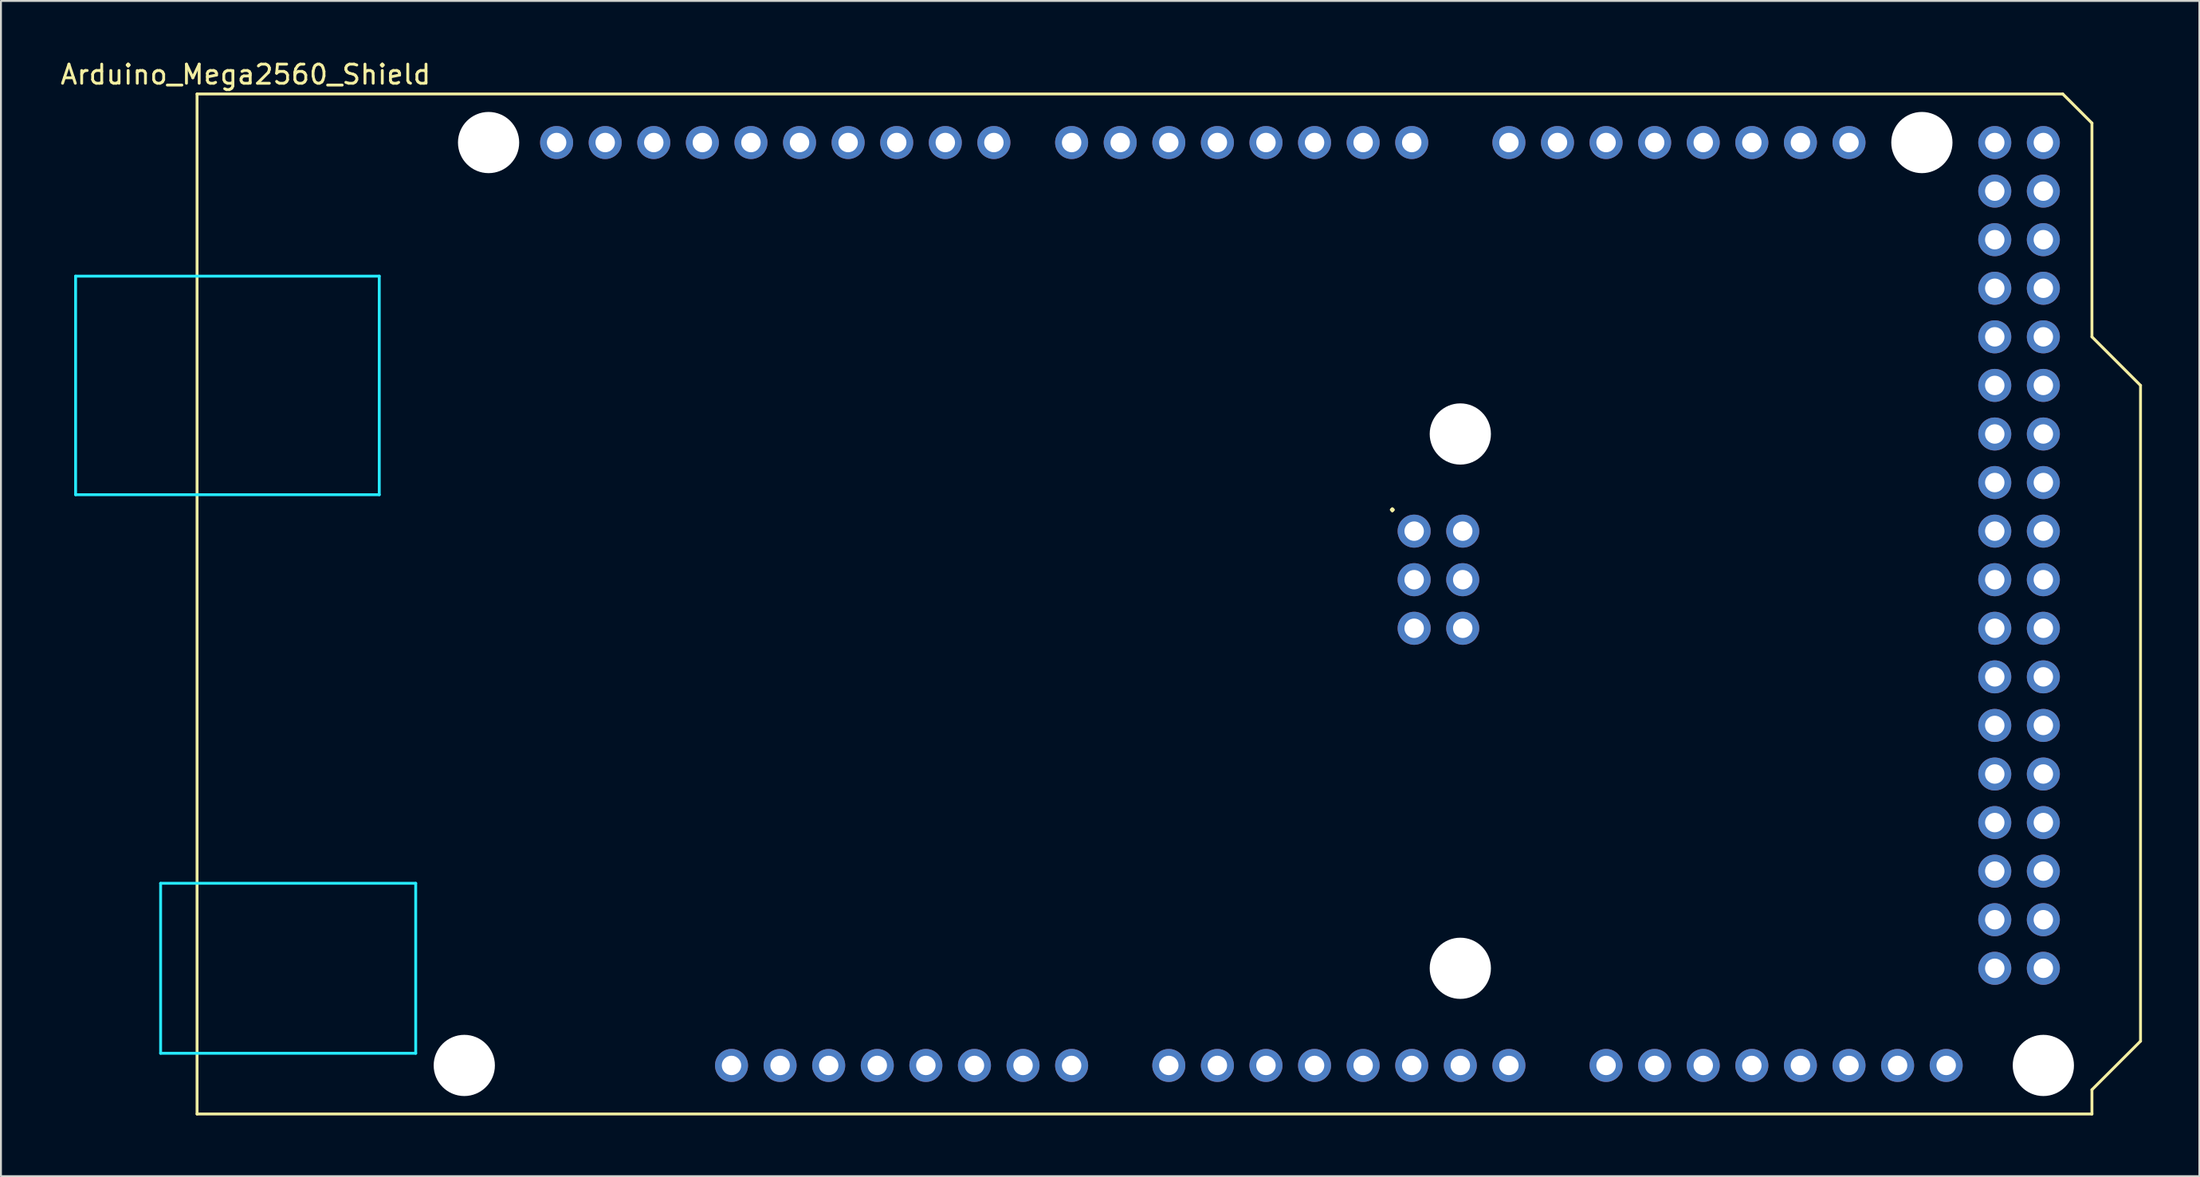
<source format=kicad_pcb>
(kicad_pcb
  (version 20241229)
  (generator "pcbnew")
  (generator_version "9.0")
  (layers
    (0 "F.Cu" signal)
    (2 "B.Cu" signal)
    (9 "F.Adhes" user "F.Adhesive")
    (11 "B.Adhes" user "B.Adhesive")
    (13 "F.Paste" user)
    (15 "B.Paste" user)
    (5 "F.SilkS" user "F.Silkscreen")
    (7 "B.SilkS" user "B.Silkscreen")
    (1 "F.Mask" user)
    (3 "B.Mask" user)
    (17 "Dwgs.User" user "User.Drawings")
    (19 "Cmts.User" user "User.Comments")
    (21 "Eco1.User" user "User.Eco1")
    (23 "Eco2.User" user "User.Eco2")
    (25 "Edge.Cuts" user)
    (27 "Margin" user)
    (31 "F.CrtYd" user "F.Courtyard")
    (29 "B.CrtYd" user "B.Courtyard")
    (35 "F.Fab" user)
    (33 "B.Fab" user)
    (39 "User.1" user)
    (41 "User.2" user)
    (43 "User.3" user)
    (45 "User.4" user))
  (footprint "Arduino_Mega2560_Shield"
    (layer "F.Cu")
    (at 7.252 55.204)
    (property "Reference" "Arduino_Mega2560_Shield" (at 2.54 -54.356 0) (layer "F.SilkS") (effects (font (size 1 1) (thickness 0.15))))
    (attr through_hole)
    (fp_line (start 0 -53.34) (end 0 0) (stroke (width 0.15) (type solid)) (layer "F.SilkS"))
    (fp_line (start 0 -53.34) (end 97.536 -53.34) (stroke (width 0.15) (type solid)) (layer "F.SilkS"))
    (fp_line (start 0 0) (end 99.06 0) (stroke (width 0.15) (type solid)) (layer "F.SilkS"))
    (fp_line (start 97.536 -53.34) (end 99.06 -51.816) (stroke (width 0.15) (type solid)) (layer "F.SilkS"))
    (fp_line (start 99.06 -40.64) (end 99.06 -51.816) (stroke (width 0.15) (type solid)) (layer "F.SilkS"))
    (fp_line (start 99.06 -1.27) (end 101.6 -3.81) (stroke (width 0.15) (type solid)) (layer "F.SilkS"))
    (fp_line (start 99.06 0) (end 99.06 -1.27) (stroke (width 0.15) (type solid)) (layer "F.SilkS"))
    (fp_line (start 101.6 -38.1) (end 99.06 -40.64) (stroke (width 0.15) (type solid)) (layer "F.SilkS"))
    (fp_line (start 101.6 -3.81) (end 101.6 -38.1) (stroke (width 0.15) (type solid)) (layer "F.SilkS"))
    (fp_line (start -6.35 -43.815) (end -6.35 -32.385) (stroke (width 0.15) (type solid)) (layer "B.CrtYd"))
    (fp_line (start -1.905 -12.065) (end -1.905 -3.175) (stroke (width 0.15) (type solid)) (layer "B.CrtYd"))
    (fp_line (start -1.905 -12.065) (end 11.43 -12.065) (stroke (width 0.15) (type solid)) (layer "B.CrtYd"))
    (fp_line (start -1.905 -3.175) (end 11.43 -3.175) (stroke (width 0.15) (type solid)) (layer "B.CrtYd"))
    (fp_line (start 9.525 -43.815) (end -6.35 -43.815) (stroke (width 0.15) (type solid)) (layer "B.CrtYd"))
    (fp_line (start 9.525 -43.815) (end 9.525 -32.385) (stroke (width 0.15) (type solid)) (layer "B.CrtYd"))
    (fp_line (start 9.525 -32.385) (end -6.35 -32.385) (stroke (width 0.15) (type solid)) (layer "B.CrtYd"))
    (fp_line (start 11.43 -12.065) (end 11.43 -3.175) (stroke (width 0.15) (type solid)) (layer "B.CrtYd"))
    (fp_text user "." (at 62.484 -32.004 0) (layer "F.SilkS") (effects (font (size 1 1) (thickness 0.15))))
    (pad "" np_thru_hole circle (at 13.97 -2.54) (size 3.2 3.2) (drill 3.2) (layers "*.Cu" "*.Mask"))
    (pad "" np_thru_hole circle (at 15.24 -50.8) (size 3.2 3.2) (drill 3.2) (layers "*.Cu" "*.Mask"))
    (pad "" thru_hole oval (at 27.94 -2.54) (size 1.727 1.727) (drill 1.016) (layers "*.Cu" "*.Mask"))
    (pad "" np_thru_hole circle (at 66.04 -35.56) (size 3.2 3.2) (drill 3.2) (layers "*.Cu" "*.Mask"))
    (pad "" np_thru_hole circle (at 66.04 -7.62) (size 3.2 3.2) (drill 3.2) (layers "*.Cu" "*.Mask"))
    (pad "" np_thru_hole circle (at 90.17 -50.8) (size 3.2 3.2) (drill 3.2) (layers "*.Cu" "*.Mask"))
    (pad "" np_thru_hole circle (at 96.52 -2.54) (size 3.2 3.2) (drill 3.2) (layers "*.Cu" "*.Mask"))
    (pad "3V3" thru_hole oval (at 35.56 -2.54) (size 1.727 1.727) (drill 1.016) (layers "*.Cu" "*.Mask"))
    (pad "5V1" thru_hole oval (at 38.1 -2.54) (size 1.727 1.727) (drill 1.016) (layers "*.Cu" "*.Mask"))
    (pad "5V2" thru_hole oval (at 66.167 -30.48) (size 1.727 1.727) (drill 1.016) (layers "*.Cu" "*.Mask"))
    (pad "5V3" thru_hole oval (at 93.98 -50.8) (size 1.727 1.727) (drill 1.016) (layers "*.Cu" "*.Mask"))
    (pad "5V4" thru_hole oval (at 96.52 -50.8) (size 1.727 1.727) (drill 1.016) (layers "*.Cu" "*.Mask"))
    (pad "A0" thru_hole oval (at 50.8 -2.54) (size 1.727 1.727) (drill 1.016) (layers "*.Cu" "*.Mask"))
    (pad "A1" thru_hole oval (at 53.34 -2.54) (size 1.727 1.727) (drill 1.016) (layers "*.Cu" "*.Mask"))
    (pad "A2" thru_hole oval (at 55.88 -2.54) (size 1.727 1.727) (drill 1.016) (layers "*.Cu" "*.Mask"))
    (pad "A3" thru_hole oval (at 58.42 -2.54) (size 1.727 1.727) (drill 1.016) (layers "*.Cu" "*.Mask"))
    (pad "A4" thru_hole oval (at 60.96 -2.54) (size 1.727 1.727) (drill 1.016) (layers "*.Cu" "*.Mask"))
    (pad "A5" thru_hole oval (at 63.5 -2.54) (size 1.727 1.727) (drill 1.016) (layers "*.Cu" "*.Mask"))
    (pad "A6" thru_hole oval (at 66.04 -2.54) (size 1.727 1.727) (drill 1.016) (layers "*.Cu" "*.Mask"))
    (pad "A7" thru_hole oval (at 68.58 -2.54) (size 1.727 1.727) (drill 1.016) (layers "*.Cu" "*.Mask"))
    (pad "A8" thru_hole oval (at 73.66 -2.54) (size 1.727 1.727) (drill 1.016) (layers "*.Cu" "*.Mask"))
    (pad "A9" thru_hole oval (at 76.2 -2.54) (size 1.727 1.727) (drill 1.016) (layers "*.Cu" "*.Mask"))
    (pad "A10" thru_hole oval (at 78.74 -2.54) (size 1.727 1.727) (drill 1.016) (layers "*.Cu" "*.Mask"))
    (pad "A11" thru_hole oval (at 81.28 -2.54) (size 1.727 1.727) (drill 1.016) (layers "*.Cu" "*.Mask"))
    (pad "A12" thru_hole oval (at 83.82 -2.54) (size 1.727 1.727) (drill 1.016) (layers "*.Cu" "*.Mask"))
    (pad "A13" thru_hole oval (at 86.36 -2.54) (size 1.727 1.727) (drill 1.016) (layers "*.Cu" "*.Mask"))
    (pad "A14" thru_hole oval (at 88.9 -2.54) (size 1.727 1.727) (drill 1.016) (layers "*.Cu" "*.Mask"))
    (pad "A15" thru_hole oval (at 91.44 -2.54) (size 1.727 1.727) (drill 1.016) (layers "*.Cu" "*.Mask"))
    (pad "AREF" thru_hole oval (at 23.876 -50.8) (size 1.727 1.727) (drill 1.016) (layers "*.Cu" "*.Mask"))
    (pad "D0" thru_hole oval (at 63.5 -50.8) (size 1.727 1.727) (drill 1.016) (layers "*.Cu" "*.Mask"))
    (pad "D1" thru_hole oval (at 60.96 -50.8) (size 1.727 1.727) (drill 1.016) (layers "*.Cu" "*.Mask"))
    (pad "D2" thru_hole oval (at 58.42 -50.8) (size 1.727 1.727) (drill 1.016) (layers "*.Cu" "*.Mask"))
    (pad "D3" thru_hole oval (at 55.88 -50.8) (size 1.727 1.727) (drill 1.016) (layers "*.Cu" "*.Mask"))
    (pad "D4" thru_hole oval (at 53.34 -50.8) (size 1.727 1.727) (drill 1.016) (layers "*.Cu" "*.Mask"))
    (pad "D5" thru_hole oval (at 50.8 -50.8) (size 1.727 1.727) (drill 1.016) (layers "*.Cu" "*.Mask"))
    (pad "D6" thru_hole oval (at 48.26 -50.8) (size 1.727 1.727) (drill 1.016) (layers "*.Cu" "*.Mask"))
    (pad "D7" thru_hole oval (at 45.72 -50.8) (size 1.727 1.727) (drill 1.016) (layers "*.Cu" "*.Mask"))
    (pad "D8" thru_hole oval (at 41.656 -50.8) (size 1.727 1.727) (drill 1.016) (layers "*.Cu" "*.Mask"))
    (pad "D9" thru_hole oval (at 39.116 -50.8) (size 1.727 1.727) (drill 1.016) (layers "*.Cu" "*.Mask"))
    (pad "D10" thru_hole oval (at 36.576 -50.8) (size 1.727 1.727) (drill 1.016) (layers "*.Cu" "*.Mask"))
    (pad "D11" thru_hole oval (at 34.036 -50.8) (size 1.727 1.727) (drill 1.016) (layers "*.Cu" "*.Mask"))
    (pad "D12" thru_hole oval (at 31.496 -50.8) (size 1.727 1.727) (drill 1.016) (layers "*.Cu" "*.Mask"))
    (pad "D13" thru_hole oval (at 28.956 -50.8) (size 1.727 1.727) (drill 1.016) (layers "*.Cu" "*.Mask"))
    (pad "D14" thru_hole oval (at 68.58 -50.8) (size 1.727 1.727) (drill 1.016) (layers "*.Cu" "*.Mask"))
    (pad "D15" thru_hole oval (at 71.12 -50.8) (size 1.727 1.727) (drill 1.016) (layers "*.Cu" "*.Mask"))
    (pad "D16" thru_hole oval (at 73.66 -50.8) (size 1.727 1.727) (drill 1.016) (layers "*.Cu" "*.Mask"))
    (pad "D17" thru_hole oval (at 76.2 -50.8) (size 1.727 1.727) (drill 1.016) (layers "*.Cu" "*.Mask"))
    (pad "D18" thru_hole oval (at 78.74 -50.8) (size 1.727 1.727) (drill 1.016) (layers "*.Cu" "*.Mask"))
    (pad "D19" thru_hole oval (at 81.28 -50.8) (size 1.727 1.727) (drill 1.016) (layers "*.Cu" "*.Mask"))
    (pad "D20" thru_hole oval (at 83.82 -50.8) (size 1.727 1.727) (drill 1.016) (layers "*.Cu" "*.Mask"))
    (pad "D21" thru_hole oval (at 86.36 -50.8) (size 1.727 1.727) (drill 1.016) (layers "*.Cu" "*.Mask"))
    (pad "D22" thru_hole oval (at 93.98 -48.26) (size 1.727 1.727) (drill 1.016) (layers "*.Cu" "*.Mask"))
    (pad "D23" thru_hole oval (at 96.52 -48.26) (size 1.727 1.727) (drill 1.016) (layers "*.Cu" "*.Mask"))
    (pad "D24" thru_hole oval (at 93.98 -45.72) (size 1.727 1.727) (drill 1.016) (layers "*.Cu" "*.Mask"))
    (pad "D25" thru_hole oval (at 96.52 -45.72) (size 1.727 1.727) (drill 1.016) (layers "*.Cu" "*.Mask"))
    (pad "D26" thru_hole oval (at 93.98 -43.18) (size 1.727 1.727) (drill 1.016) (layers "*.Cu" "*.Mask"))
    (pad "D27" thru_hole oval (at 96.52 -43.18) (size 1.727 1.727) (drill 1.016) (layers "*.Cu" "*.Mask"))
    (pad "D28" thru_hole oval (at 93.98 -40.64) (size 1.727 1.727) (drill 1.016) (layers "*.Cu" "*.Mask"))
    (pad "D29" thru_hole oval (at 96.52 -40.64) (size 1.727 1.727) (drill 1.016) (layers "*.Cu" "*.Mask"))
    (pad "D30" thru_hole oval (at 93.98 -38.1) (size 1.727 1.727) (drill 1.016) (layers "*.Cu" "*.Mask"))
    (pad "D31" thru_hole oval (at 96.52 -38.1) (size 1.727 1.727) (drill 1.016) (layers "*.Cu" "*.Mask"))
    (pad "D32" thru_hole oval (at 93.98 -35.56) (size 1.727 1.727) (drill 1.016) (layers "*.Cu" "*.Mask"))
    (pad "D33" thru_hole oval (at 96.52 -35.56) (size 1.727 1.727) (drill 1.016) (layers "*.Cu" "*.Mask"))
    (pad "D34" thru_hole oval (at 93.98 -33.02) (size 1.727 1.727) (drill 1.016) (layers "*.Cu" "*.Mask"))
    (pad "D35" thru_hole oval (at 96.52 -33.02) (size 1.727 1.727) (drill 1.016) (layers "*.Cu" "*.Mask"))
    (pad "D36" thru_hole oval (at 93.98 -30.48) (size 1.727 1.727) (drill 1.016) (layers "*.Cu" "*.Mask"))
    (pad "D37" thru_hole oval (at 96.52 -30.48) (size 1.727 1.727) (drill 1.016) (layers "*.Cu" "*.Mask"))
    (pad "D38" thru_hole oval (at 93.98 -27.94) (size 1.727 1.727) (drill 1.016) (layers "*.Cu" "*.Mask"))
    (pad "D39" thru_hole oval (at 96.52 -27.94) (size 1.727 1.727) (drill 1.016) (layers "*.Cu" "*.Mask"))
    (pad "D40" thru_hole oval (at 93.98 -25.4) (size 1.727 1.727) (drill 1.016) (layers "*.Cu" "*.Mask"))
    (pad "D41" thru_hole oval (at 96.52 -25.4) (size 1.727 1.727) (drill 1.016) (layers "*.Cu" "*.Mask"))
    (pad "D42" thru_hole oval (at 93.98 -22.86) (size 1.727 1.727) (drill 1.016) (layers "*.Cu" "*.Mask"))
    (pad "D43" thru_hole oval (at 96.52 -22.86) (size 1.727 1.727) (drill 1.016) (layers "*.Cu" "*.Mask"))
    (pad "D44" thru_hole oval (at 93.98 -20.32) (size 1.727 1.727) (drill 1.016) (layers "*.Cu" "*.Mask"))
    (pad "D45" thru_hole oval (at 96.52 -20.32) (size 1.727 1.727) (drill 1.016) (layers "*.Cu" "*.Mask"))
    (pad "D46" thru_hole oval (at 93.98 -17.78) (size 1.727 1.727) (drill 1.016) (layers "*.Cu" "*.Mask"))
    (pad "D47" thru_hole oval (at 96.52 -17.78) (size 1.727 1.727) (drill 1.016) (layers "*.Cu" "*.Mask"))
    (pad "D48" thru_hole oval (at 93.98 -15.24) (size 1.727 1.727) (drill 1.016) (layers "*.Cu" "*.Mask"))
    (pad "D49" thru_hole oval (at 96.52 -15.24) (size 1.727 1.727) (drill 1.016) (layers "*.Cu" "*.Mask"))
    (pad "D50" thru_hole oval (at 93.98 -12.7) (size 1.727 1.727) (drill 1.016) (layers "*.Cu" "*.Mask"))
    (pad "D51" thru_hole oval (at 96.52 -12.7) (size 1.727 1.727) (drill 1.016) (layers "*.Cu" "*.Mask"))
    (pad "D52" thru_hole oval (at 93.98 -10.16) (size 1.727 1.727) (drill 1.016) (layers "*.Cu" "*.Mask"))
    (pad "D53" thru_hole oval (at 96.52 -10.16) (size 1.727 1.727) (drill 1.016) (layers "*.Cu" "*.Mask"))
    (pad "GND1" thru_hole oval (at 26.416 -50.8) (size 1.727 1.727) (drill 1.016) (layers "*.Cu" "*.Mask"))
    (pad "GND2" thru_hole oval (at 40.64 -2.54) (size 1.727 1.727) (drill 1.016) (layers "*.Cu" "*.Mask"))
    (pad "GND3" thru_hole oval (at 43.18 -2.54) (size 1.727 1.727) (drill 1.016) (layers "*.Cu" "*.Mask"))
    (pad "GND4" thru_hole oval (at 66.167 -25.4) (size 1.727 1.727) (drill 1.016) (layers "*.Cu" "*.Mask"))
    (pad "GND5" thru_hole oval (at 93.98 -7.62) (size 1.727 1.727) (drill 1.016) (layers "*.Cu" "*.Mask"))
    (pad "GND6" thru_hole oval (at 96.52 -7.62) (size 1.727 1.727) (drill 1.016) (layers "*.Cu" "*.Mask"))
    (pad "IORF" thru_hole oval (at 30.48 -2.54) (size 1.727 1.727) (drill 1.016) (layers "*.Cu" "*.Mask"))
    (pad "MISO" thru_hole oval (at 63.627 -30.48) (size 1.727 1.727) (drill 1.016) (layers "*.Cu" "*.Mask"))
    (pad "MOSI" thru_hole oval (at 66.167 -27.94) (size 1.727 1.727) (drill 1.016) (layers "*.Cu" "*.Mask"))
    (pad "RST1" thru_hole oval (at 33.02 -2.54) (size 1.727 1.727) (drill 1.016) (layers "*.Cu" "*.Mask"))
    (pad "RST2" thru_hole oval (at 63.627 -25.4) (size 1.727 1.727) (drill 1.016) (layers "*.Cu" "*.Mask"))
    (pad "SCK" thru_hole oval (at 63.627 -27.94) (size 1.727 1.727) (drill 1.016) (layers "*.Cu" "*.Mask"))
    (pad "SCL1" thru_hole oval (at 18.796 -50.8) (size 1.727 1.727) (drill 1.016) (layers "*.Cu" "*.Mask"))
    (pad "SDA1" thru_hole oval (at 21.336 -50.8) (size 1.727 1.727) (drill 1.016) (layers "*.Cu" "*.Mask"))
    (pad "VIN" thru_hole oval (at 45.72 -2.54) (size 1.727 1.727) (drill 1.016) (layers "*.Cu" "*.Mask")))
  (gr_rect
    (start -3 -3)
    (end 111.927 58.454)
    (stroke (width 0.1) (type default))
    (fill no)
    (layer "Edge.Cuts")))
</source>
